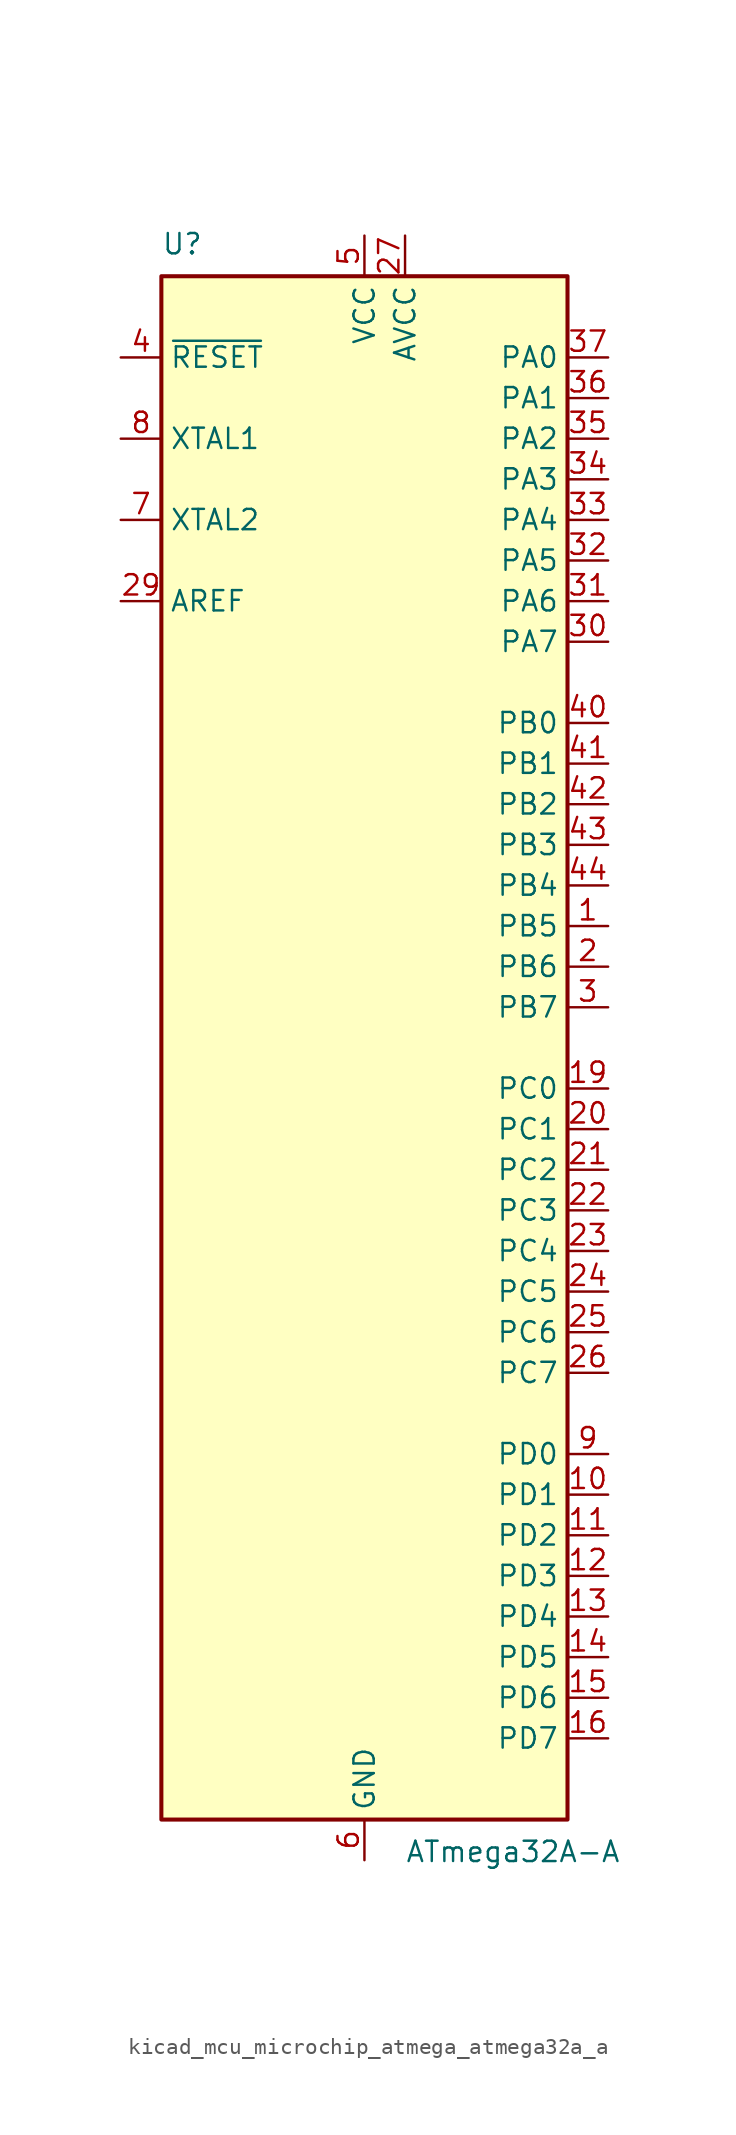
<source format=kicad_sym>
(kicad_symbol_lib
  (version 20220914)
  (generator kicad_symbol_editor)
  (symbol "kicad_mcu_microchip_atmega_atmega32a_a"
    (property "Reference" "U"
      (at -12.7 49.53 0)
      (effects (font (size 1.27 1.27)) (justify left bottom)))
    (property "Value" "ATmega32A-A"
      (at 2.54 -49.53 0)
      (effects (font (size 1.27 1.27)) (justify left top)))
    (symbol "kicad_mcu_microchip_atmega_atmega32a_a_0_1"
      (rectangle (start -12.7 -48.26) (end 12.7 48.26) (stroke (width 0.254) (type default)) (fill (type background))))
    (symbol "kicad_mcu_microchip_atmega_atmega32a_a_1_1"
      (pin bidirectional line (at 15.24 7.62 180) (length 2.54) (name "PB5" (effects (font (size 1.27 1.27)))) (number "1" (effects (font (size 1.27 1.27)))))
      (pin bidirectional line (at 15.24 -27.94 180) (length 2.54) (name "PD1" (effects (font (size 1.27 1.27)))) (number "10" (effects (font (size 1.27 1.27)))))
      (pin bidirectional line (at 15.24 -30.48 180) (length 2.54) (name "PD2" (effects (font (size 1.27 1.27)))) (number "11" (effects (font (size 1.27 1.27)))))
      (pin bidirectional line (at 15.24 -33.02 180) (length 2.54) (name "PD3" (effects (font (size 1.27 1.27)))) (number "12" (effects (font (size 1.27 1.27)))))
      (pin bidirectional line (at 15.24 -35.56 180) (length 2.54) (name "PD4" (effects (font (size 1.27 1.27)))) (number "13" (effects (font (size 1.27 1.27)))))
      (pin bidirectional line (at 15.24 -38.1 180) (length 2.54) (name "PD5" (effects (font (size 1.27 1.27)))) (number "14" (effects (font (size 1.27 1.27)))))
      (pin bidirectional line (at 15.24 -40.64 180) (length 2.54) (name "PD6" (effects (font (size 1.27 1.27)))) (number "15" (effects (font (size 1.27 1.27)))))
      (pin bidirectional line (at 15.24 -43.18 180) (length 2.54) (name "PD7" (effects (font (size 1.27 1.27)))) (number "16" (effects (font (size 1.27 1.27)))))
      (pin passive line (at 0 50.8 270) (length 2.54) hide (name "VCC" (effects (font (size 1.27 1.27)))) (number "17" (effects (font (size 1.27 1.27)))))
      (pin passive line (at 0 -50.8 90) (length 2.54) hide (name "GND" (effects (font (size 1.27 1.27)))) (number "18" (effects (font (size 1.27 1.27)))))
      (pin bidirectional line (at 15.24 -2.54 180) (length 2.54) (name "PC0" (effects (font (size 1.27 1.27)))) (number "19" (effects (font (size 1.27 1.27)))))
      (pin bidirectional line (at 15.24 5.08 180) (length 2.54) (name "PB6" (effects (font (size 1.27 1.27)))) (number "2" (effects (font (size 1.27 1.27)))))
      (pin bidirectional line (at 15.24 -5.08 180) (length 2.54) (name "PC1" (effects (font (size 1.27 1.27)))) (number "20" (effects (font (size 1.27 1.27)))))
      (pin bidirectional line (at 15.24 -7.62 180) (length 2.54) (name "PC2" (effects (font (size 1.27 1.27)))) (number "21" (effects (font (size 1.27 1.27)))))
      (pin bidirectional line (at 15.24 -10.16 180) (length 2.54) (name "PC3" (effects (font (size 1.27 1.27)))) (number "22" (effects (font (size 1.27 1.27)))))
      (pin bidirectional line (at 15.24 -12.7 180) (length 2.54) (name "PC4" (effects (font (size 1.27 1.27)))) (number "23" (effects (font (size 1.27 1.27)))))
      (pin bidirectional line (at 15.24 -15.24 180) (length 2.54) (name "PC5" (effects (font (size 1.27 1.27)))) (number "24" (effects (font (size 1.27 1.27)))))
      (pin bidirectional line (at 15.24 -17.78 180) (length 2.54) (name "PC6" (effects (font (size 1.27 1.27)))) (number "25" (effects (font (size 1.27 1.27)))))
      (pin bidirectional line (at 15.24 -20.32 180) (length 2.54) (name "PC7" (effects (font (size 1.27 1.27)))) (number "26" (effects (font (size 1.27 1.27)))))
      (pin power_in line (at 2.54 50.8 270) (length 2.54) (name "AVCC" (effects (font (size 1.27 1.27)))) (number "27" (effects (font (size 1.27 1.27)))))
      (pin passive line (at 0 -50.8 90) (length 2.54) hide (name "GND" (effects (font (size 1.27 1.27)))) (number "28" (effects (font (size 1.27 1.27)))))
      (pin passive line (at -15.24 27.94 0) (length 2.54) (name "AREF" (effects (font (size 1.27 1.27)))) (number "29" (effects (font (size 1.27 1.27)))))
      (pin bidirectional line (at 15.24 2.54 180) (length 2.54) (name "PB7" (effects (font (size 1.27 1.27)))) (number "3" (effects (font (size 1.27 1.27)))))
      (pin bidirectional line (at 15.24 25.4 180) (length 2.54) (name "PA7" (effects (font (size 1.27 1.27)))) (number "30" (effects (font (size 1.27 1.27)))))
      (pin bidirectional line (at 15.24 27.94 180) (length 2.54) (name "PA6" (effects (font (size 1.27 1.27)))) (number "31" (effects (font (size 1.27 1.27)))))
      (pin bidirectional line (at 15.24 30.48 180) (length 2.54) (name "PA5" (effects (font (size 1.27 1.27)))) (number "32" (effects (font (size 1.27 1.27)))))
      (pin bidirectional line (at 15.24 33.02 180) (length 2.54) (name "PA4" (effects (font (size 1.27 1.27)))) (number "33" (effects (font (size 1.27 1.27)))))
      (pin bidirectional line (at 15.24 35.56 180) (length 2.54) (name "PA3" (effects (font (size 1.27 1.27)))) (number "34" (effects (font (size 1.27 1.27)))))
      (pin bidirectional line (at 15.24 38.1 180) (length 2.54) (name "PA2" (effects (font (size 1.27 1.27)))) (number "35" (effects (font (size 1.27 1.27)))))
      (pin bidirectional line (at 15.24 40.64 180) (length 2.54) (name "PA1" (effects (font (size 1.27 1.27)))) (number "36" (effects (font (size 1.27 1.27)))))
      (pin bidirectional line (at 15.24 43.18 180) (length 2.54) (name "PA0" (effects (font (size 1.27 1.27)))) (number "37" (effects (font (size 1.27 1.27)))))
      (pin passive line (at 0 50.8 270) (length 2.54) hide (name "VCC" (effects (font (size 1.27 1.27)))) (number "38" (effects (font (size 1.27 1.27)))))
      (pin passive line (at 0 -50.8 90) (length 2.54) hide (name "GND" (effects (font (size 1.27 1.27)))) (number "39" (effects (font (size 1.27 1.27)))))
      (pin input line (at -15.24 43.18 0) (length 2.54) (name "~{RESET}" (effects (font (size 1.27 1.27)))) (number "4" (effects (font (size 1.27 1.27)))))
      (pin bidirectional line (at 15.24 20.32 180) (length 2.54) (name "PB0" (effects (font (size 1.27 1.27)))) (number "40" (effects (font (size 1.27 1.27)))))
      (pin bidirectional line (at 15.24 17.78 180) (length 2.54) (name "PB1" (effects (font (size 1.27 1.27)))) (number "41" (effects (font (size 1.27 1.27)))))
      (pin bidirectional line (at 15.24 15.24 180) (length 2.54) (name "PB2" (effects (font (size 1.27 1.27)))) (number "42" (effects (font (size 1.27 1.27)))))
      (pin bidirectional line (at 15.24 12.7 180) (length 2.54) (name "PB3" (effects (font (size 1.27 1.27)))) (number "43" (effects (font (size 1.27 1.27)))))
      (pin bidirectional line (at 15.24 10.16 180) (length 2.54) (name "PB4" (effects (font (size 1.27 1.27)))) (number "44" (effects (font (size 1.27 1.27)))))
      (pin power_in line (at 0 50.8 270) (length 2.54) (name "VCC" (effects (font (size 1.27 1.27)))) (number "5" (effects (font (size 1.27 1.27)))))
      (pin power_in line (at 0 -50.8 90) (length 2.54) (name "GND" (effects (font (size 1.27 1.27)))) (number "6" (effects (font (size 1.27 1.27)))))
      (pin output line (at -15.24 33.02 0) (length 2.54) (name "XTAL2" (effects (font (size 1.27 1.27)))) (number "7" (effects (font (size 1.27 1.27)))))
      (pin input line (at -15.24 38.1 0) (length 2.54) (name "XTAL1" (effects (font (size 1.27 1.27)))) (number "8" (effects (font (size 1.27 1.27)))))
      (pin bidirectional line (at 15.24 -25.4 180) (length 2.54) (name "PD0" (effects (font (size 1.27 1.27)))) (number "9" (effects (font (size 1.27 1.27))))))))
</source>
